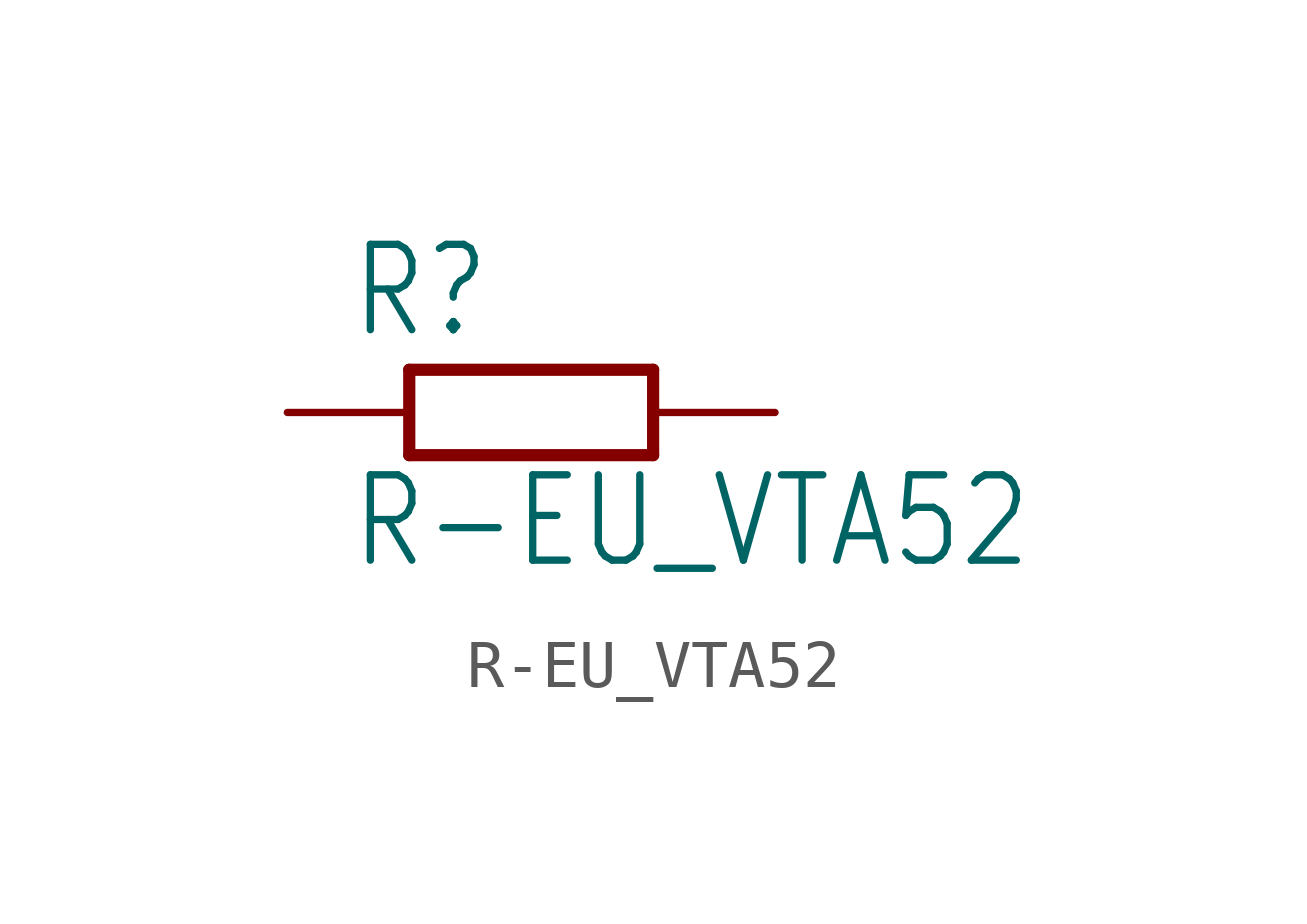
<source format=kicad_sym>
(kicad_symbol_lib
  (version 20201005)
  (generator kicad_symbol_editor)
  (symbol "R-EU_VTA52"
    (property "Reference" "R"
      (at -3.81 1.499 0)
      (effects (font (size 1.778 1.511)) (justify left bottom)))
    (property "Value" "R-EU_VTA52"
      (at -3.81 -3.302 0)
      (effects (font (size 1.778 1.511)) (justify left bottom)))
    (property "ki_locked" ""
      (at 0 0 0)
      (effects (font (size 1.27 1.27))))
    (symbol "R-EU_VTA52_1_0"
      (polyline (pts (xy -2.54 -0.889) (xy 2.54 -0.889)) (stroke (width 0.254)) (fill (type none)))
      (polyline (pts (xy 2.54 0.889) (xy -2.54 0.889)) (stroke (width 0.254)) (fill (type none)))
      (polyline (pts (xy 2.54 -0.889) (xy 2.54 0.889)) (stroke (width 0.254)) (fill (type none)))
      (polyline (pts (xy -2.54 -0.889) (xy -2.54 0.889)) (stroke (width 0.254)) (fill (type none)))
      (pin passive line (at 5.08 0 180) (length 2.54) (name "2" (effects (font (size 0 0)))) (number "2" (effects (font (size 0 0)))))
      (pin passive line (at -5.08 0 0) (length 2.54) (name "1" (effects (font (size 0 0)))) (number "1" (effects (font (size 0 0))))))))
</source>
